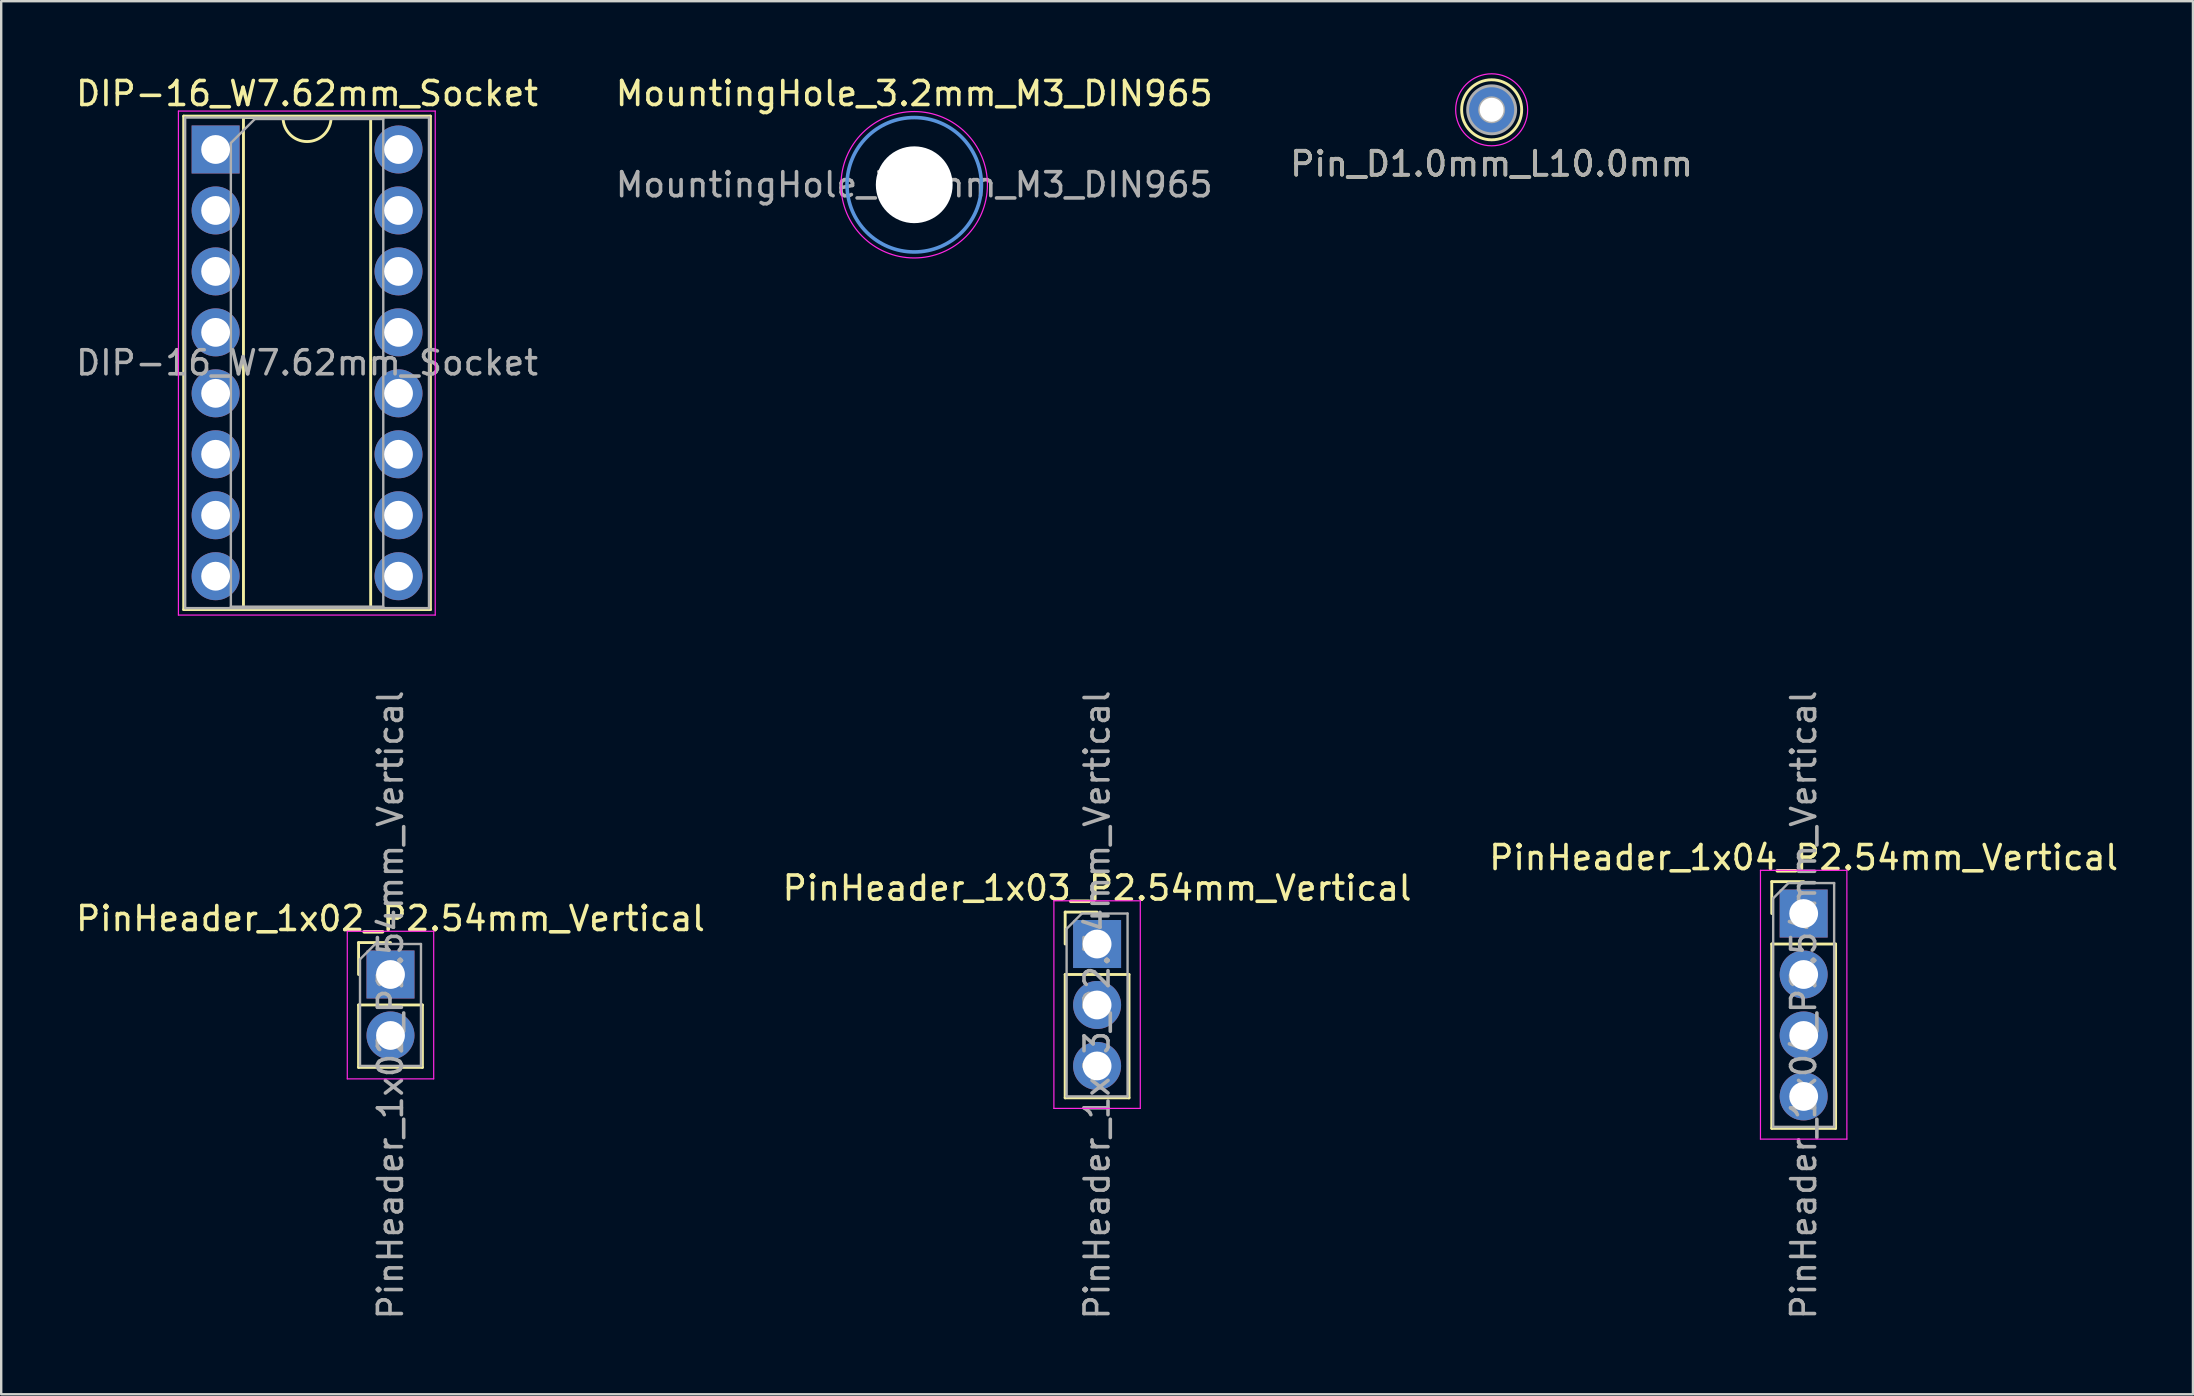
<source format=kicad_pcb>
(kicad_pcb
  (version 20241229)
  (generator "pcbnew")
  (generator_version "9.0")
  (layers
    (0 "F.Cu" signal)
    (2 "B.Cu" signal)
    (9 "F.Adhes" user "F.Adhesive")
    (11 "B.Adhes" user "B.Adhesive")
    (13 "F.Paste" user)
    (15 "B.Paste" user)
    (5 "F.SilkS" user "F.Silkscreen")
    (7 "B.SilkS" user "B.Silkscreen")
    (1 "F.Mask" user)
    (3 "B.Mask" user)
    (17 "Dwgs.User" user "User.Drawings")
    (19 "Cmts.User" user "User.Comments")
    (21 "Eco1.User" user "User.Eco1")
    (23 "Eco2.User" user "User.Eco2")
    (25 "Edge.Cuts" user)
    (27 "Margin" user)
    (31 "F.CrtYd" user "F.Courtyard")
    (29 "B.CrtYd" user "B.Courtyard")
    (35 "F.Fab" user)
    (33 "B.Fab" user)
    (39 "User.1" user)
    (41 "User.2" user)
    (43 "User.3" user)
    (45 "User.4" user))
  (footprint "PinHeader_1x03_P2.54mm_Vertical"
    (layer "F.Cu")
    (at 42.661 36.283)
    (property "Reference" "PinHeader_1x03_P2.54mm_Vertical" (at 0 -2.33 0) (layer "F.SilkS") (effects (font (size 1 1) (thickness 0.15))))
    (attr through_hole)
    (fp_line (start -1.33 -1.33) (end 0 -1.33) (stroke (width 0.12) (type solid)) (layer "F.SilkS"))
    (fp_line (start -1.33 0) (end -1.33 -1.33) (stroke (width 0.12) (type solid)) (layer "F.SilkS"))
    (fp_line (start -1.33 1.27) (end -1.33 6.41) (stroke (width 0.12) (type solid)) (layer "F.SilkS"))
    (fp_line (start -1.33 1.27) (end 1.33 1.27) (stroke (width 0.12) (type solid)) (layer "F.SilkS"))
    (fp_line (start -1.33 6.41) (end 1.33 6.41) (stroke (width 0.12) (type solid)) (layer "F.SilkS"))
    (fp_line (start 1.33 1.27) (end 1.33 6.41) (stroke (width 0.12) (type solid)) (layer "F.SilkS"))
    (fp_line (start -1.8 -1.8) (end -1.8 6.85) (stroke (width 0.05) (type solid)) (layer "F.CrtYd"))
    (fp_line (start -1.8 6.85) (end 1.8 6.85) (stroke (width 0.05) (type solid)) (layer "F.CrtYd"))
    (fp_line (start 1.8 -1.8) (end -1.8 -1.8) (stroke (width 0.05) (type solid)) (layer "F.CrtYd"))
    (fp_line (start 1.8 6.85) (end 1.8 -1.8) (stroke (width 0.05) (type solid)) (layer "F.CrtYd"))
    (fp_line (start -1.27 -0.635) (end -0.635 -1.27) (stroke (width 0.1) (type solid)) (layer "F.Fab"))
    (fp_line (start -1.27 6.35) (end -1.27 -0.635) (stroke (width 0.1) (type solid)) (layer "F.Fab"))
    (fp_line (start -0.635 -1.27) (end 1.27 -1.27) (stroke (width 0.1) (type solid)) (layer "F.Fab"))
    (fp_line (start 1.27 -1.27) (end 1.27 6.35) (stroke (width 0.1) (type solid)) (layer "F.Fab"))
    (fp_line (start 1.27 6.35) (end -1.27 6.35) (stroke (width 0.1) (type solid)) (layer "F.Fab"))
    (fp_text user "${REFERENCE}" (at 0 2.54 90) (layer "F.Fab") (effects (font (size 1 1) (thickness 0.15))))
    (pad "1" thru_hole rect (at 0 0) (size 2 2) (drill 1.2) (layers "*.Cu" "*.Mask"))
    (pad "2" thru_hole oval (at 0 2.54) (size 2 2) (drill 1.2) (layers "*.Cu" "*.Mask"))
    (pad "3" thru_hole oval (at 0 5.08) (size 2 2) (drill 1.2) (layers "*.Cu" "*.Mask")))
  (footprint "PinHeader_1x04_P2.54mm_Vertical"
    (layer "F.Cu")
    (at 72.101 35.013)
    (property "Reference" "PinHeader_1x04_P2.54mm_Vertical" (at 0 -2.33 0) (layer "F.SilkS") (effects (font (size 1 1) (thickness 0.15))))
    (attr through_hole)
    (fp_line (start -1.33 -1.33) (end 0 -1.33) (stroke (width 0.12) (type solid)) (layer "F.SilkS"))
    (fp_line (start -1.33 0) (end -1.33 -1.33) (stroke (width 0.12) (type solid)) (layer "F.SilkS"))
    (fp_line (start -1.33 1.27) (end -1.33 8.95) (stroke (width 0.12) (type solid)) (layer "F.SilkS"))
    (fp_line (start -1.33 1.27) (end 1.33 1.27) (stroke (width 0.12) (type solid)) (layer "F.SilkS"))
    (fp_line (start -1.33 8.95) (end 1.33 8.95) (stroke (width 0.12) (type solid)) (layer "F.SilkS"))
    (fp_line (start 1.33 1.27) (end 1.33 8.95) (stroke (width 0.12) (type solid)) (layer "F.SilkS"))
    (fp_line (start -1.8 -1.8) (end -1.8 9.4) (stroke (width 0.05) (type solid)) (layer "F.CrtYd"))
    (fp_line (start -1.8 9.4) (end 1.8 9.4) (stroke (width 0.05) (type solid)) (layer "F.CrtYd"))
    (fp_line (start 1.8 -1.8) (end -1.8 -1.8) (stroke (width 0.05) (type solid)) (layer "F.CrtYd"))
    (fp_line (start 1.8 9.4) (end 1.8 -1.8) (stroke (width 0.05) (type solid)) (layer "F.CrtYd"))
    (fp_line (start -1.27 -0.635) (end -0.635 -1.27) (stroke (width 0.1) (type solid)) (layer "F.Fab"))
    (fp_line (start -1.27 8.89) (end -1.27 -0.635) (stroke (width 0.1) (type solid)) (layer "F.Fab"))
    (fp_line (start -0.635 -1.27) (end 1.27 -1.27) (stroke (width 0.1) (type solid)) (layer "F.Fab"))
    (fp_line (start 1.27 -1.27) (end 1.27 8.89) (stroke (width 0.1) (type solid)) (layer "F.Fab"))
    (fp_line (start 1.27 8.89) (end -1.27 8.89) (stroke (width 0.1) (type solid)) (layer "F.Fab"))
    (fp_text user "${REFERENCE}" (at 0 3.81 90) (layer "F.Fab") (effects (font (size 1 1) (thickness 0.15))))
    (pad "1" thru_hole rect (at 0 0) (size 2 2) (drill 1.2) (layers "*.Cu" "*.Mask"))
    (pad "2" thru_hole oval (at 0 2.54) (size 2 2) (drill 1.2) (layers "*.Cu" "*.Mask"))
    (pad "3" thru_hole oval (at 0 5.08) (size 2 2) (drill 1.2) (layers "*.Cu" "*.Mask"))
    (pad "4" thru_hole oval (at 0 7.62) (size 2 2) (drill 1.2) (layers "*.Cu" "*.Mask")))
  (footprint "DIP-16_W7.62mm_Socket"
    (layer "F.Cu")
    (at 5.934 3.178)
    (property "Reference" "DIP-16_W7.62mm_Socket" (at 3.81 -2.33 0) (layer "F.SilkS") (effects (font (size 1 1) (thickness 0.15))))
    (attr through_hole)
    (fp_line (start -1.33 -1.39) (end -1.33 19.17) (stroke (width 0.12) (type solid)) (layer "F.SilkS"))
    (fp_line (start -1.33 19.17) (end 8.95 19.17) (stroke (width 0.12) (type solid)) (layer "F.SilkS"))
    (fp_line (start 1.16 -1.33) (end 1.16 19.11) (stroke (width 0.12) (type solid)) (layer "F.SilkS"))
    (fp_line (start 1.16 19.11) (end 6.46 19.11) (stroke (width 0.12) (type solid)) (layer "F.SilkS"))
    (fp_line (start 2.81 -1.33) (end 1.16 -1.33) (stroke (width 0.12) (type solid)) (layer "F.SilkS"))
    (fp_line (start 6.46 -1.33) (end 4.81 -1.33) (stroke (width 0.12) (type solid)) (layer "F.SilkS"))
    (fp_line (start 6.46 19.11) (end 6.46 -1.33) (stroke (width 0.12) (type solid)) (layer "F.SilkS"))
    (fp_line (start 8.95 -1.39) (end -1.33 -1.39) (stroke (width 0.12) (type solid)) (layer "F.SilkS"))
    (fp_line (start 8.95 19.17) (end 8.95 -1.39) (stroke (width 0.12) (type solid)) (layer "F.SilkS"))
    (fp_arc (start 4.81 -1.33) (mid 3.81 -0.33) (end 2.81 -1.33) (stroke (width 0.12) (type solid)) (layer "F.SilkS"))
    (fp_line (start -1.55 -1.6) (end -1.55 19.4) (stroke (width 0.05) (type solid)) (layer "F.CrtYd"))
    (fp_line (start -1.55 19.4) (end 9.15 19.4) (stroke (width 0.05) (type solid)) (layer "F.CrtYd"))
    (fp_line (start 9.15 -1.6) (end -1.55 -1.6) (stroke (width 0.05) (type solid)) (layer "F.CrtYd"))
    (fp_line (start 9.15 19.4) (end 9.15 -1.6) (stroke (width 0.05) (type solid)) (layer "F.CrtYd"))
    (fp_line (start -1.27 -1.33) (end -1.27 19.11) (stroke (width 0.1) (type solid)) (layer "F.Fab"))
    (fp_line (start -1.27 19.11) (end 8.89 19.11) (stroke (width 0.1) (type solid)) (layer "F.Fab"))
    (fp_line (start 0.635 -0.27) (end 1.635 -1.27) (stroke (width 0.1) (type solid)) (layer "F.Fab"))
    (fp_line (start 0.635 19.05) (end 0.635 -0.27) (stroke (width 0.1) (type solid)) (layer "F.Fab"))
    (fp_line (start 1.635 -1.27) (end 6.985 -1.27) (stroke (width 0.1) (type solid)) (layer "F.Fab"))
    (fp_line (start 6.985 -1.27) (end 6.985 19.05) (stroke (width 0.1) (type solid)) (layer "F.Fab"))
    (fp_line (start 6.985 19.05) (end 0.635 19.05) (stroke (width 0.1) (type solid)) (layer "F.Fab"))
    (fp_line (start 8.89 -1.33) (end -1.27 -1.33) (stroke (width 0.1) (type solid)) (layer "F.Fab"))
    (fp_line (start 8.89 19.11) (end 8.89 -1.33) (stroke (width 0.1) (type solid)) (layer "F.Fab"))
    (fp_text user "${REFERENCE}" (at 3.81 8.89 0) (layer "F.Fab") (effects (font (size 1 1) (thickness 0.15))))
    (pad "1" thru_hole rect (at 0 0) (size 2 2) (drill 1.2) (layers "*.Cu" "*.Mask"))
    (pad "2" thru_hole oval (at 0 2.54) (size 2 2) (drill 1.2) (layers "*.Cu" "*.Mask"))
    (pad "3" thru_hole oval (at 0 5.08) (size 2 2) (drill 1.2) (layers "*.Cu" "*.Mask"))
    (pad "4" thru_hole oval (at 0 7.62) (size 2 2) (drill 1.2) (layers "*.Cu" "*.Mask"))
    (pad "5" thru_hole oval (at 0 10.16) (size 2 2) (drill 1.2) (layers "*.Cu" "*.Mask"))
    (pad "6" thru_hole oval (at 0 12.7) (size 2 2) (drill 1.2) (layers "*.Cu" "*.Mask"))
    (pad "7" thru_hole oval (at 0 15.24) (size 2 2) (drill 1.2) (layers "*.Cu" "*.Mask"))
    (pad "8" thru_hole oval (at 0 17.78) (size 2 2) (drill 1.2) (layers "*.Cu" "*.Mask"))
    (pad "9" thru_hole oval (at 7.62 17.78) (size 2 2) (drill 1.2) (layers "*.Cu" "*.Mask"))
    (pad "10" thru_hole oval (at 7.62 15.24) (size 2 2) (drill 1.2) (layers "*.Cu" "*.Mask"))
    (pad "11" thru_hole oval (at 7.62 12.7) (size 2 2) (drill 1.2) (layers "*.Cu" "*.Mask"))
    (pad "12" thru_hole oval (at 7.62 10.16) (size 2 2) (drill 1.2) (layers "*.Cu" "*.Mask"))
    (pad "13" thru_hole oval (at 7.62 7.62) (size 2 2) (drill 1.2) (layers "*.Cu" "*.Mask"))
    (pad "14" thru_hole oval (at 7.62 5.08) (size 2 2) (drill 1.2) (layers "*.Cu" "*.Mask"))
    (pad "15" thru_hole oval (at 7.62 2.54) (size 2 2) (drill 1.2) (layers "*.Cu" "*.Mask"))
    (pad "16" thru_hole oval (at 7.62 0) (size 2 2) (drill 1.2) (layers "*.Cu" "*.Mask")))
  (footprint "PinHeader_1x02_P2.54mm_Vertical"
    (layer "F.Cu")
    (at 13.22 37.553)
    (property "Reference" "PinHeader_1x02_P2.54mm_Vertical" (at 0 -2.33 0) (layer "F.SilkS") (effects (font (size 1 1) (thickness 0.15))))
    (attr through_hole)
    (fp_line (start -1.33 -1.33) (end 0 -1.33) (stroke (width 0.12) (type solid)) (layer "F.SilkS"))
    (fp_line (start -1.33 0) (end -1.33 -1.33) (stroke (width 0.12) (type solid)) (layer "F.SilkS"))
    (fp_line (start -1.33 1.27) (end -1.33 3.87) (stroke (width 0.12) (type solid)) (layer "F.SilkS"))
    (fp_line (start -1.33 1.27) (end 1.33 1.27) (stroke (width 0.12) (type solid)) (layer "F.SilkS"))
    (fp_line (start -1.33 3.87) (end 1.33 3.87) (stroke (width 0.12) (type solid)) (layer "F.SilkS"))
    (fp_line (start 1.33 1.27) (end 1.33 3.87) (stroke (width 0.12) (type solid)) (layer "F.SilkS"))
    (fp_line (start -1.8 -1.8) (end -1.8 4.35) (stroke (width 0.05) (type solid)) (layer "F.CrtYd"))
    (fp_line (start -1.8 4.35) (end 1.8 4.35) (stroke (width 0.05) (type solid)) (layer "F.CrtYd"))
    (fp_line (start 1.8 -1.8) (end -1.8 -1.8) (stroke (width 0.05) (type solid)) (layer "F.CrtYd"))
    (fp_line (start 1.8 4.35) (end 1.8 -1.8) (stroke (width 0.05) (type solid)) (layer "F.CrtYd"))
    (fp_line (start -1.27 -0.635) (end -0.635 -1.27) (stroke (width 0.1) (type solid)) (layer "F.Fab"))
    (fp_line (start -1.27 3.81) (end -1.27 -0.635) (stroke (width 0.1) (type solid)) (layer "F.Fab"))
    (fp_line (start -0.635 -1.27) (end 1.27 -1.27) (stroke (width 0.1) (type solid)) (layer "F.Fab"))
    (fp_line (start 1.27 -1.27) (end 1.27 3.81) (stroke (width 0.1) (type solid)) (layer "F.Fab"))
    (fp_line (start 1.27 3.81) (end -1.27 3.81) (stroke (width 0.1) (type solid)) (layer "F.Fab"))
    (fp_text user "${REFERENCE}" (at 0 1.27 90) (layer "F.Fab") (effects (font (size 1 1) (thickness 0.15))))
    (pad "1" thru_hole rect (at 0 0) (size 2 2) (drill 1.2) (layers "*.Cu" "*.Mask"))
    (pad "2" thru_hole oval (at 0 2.54) (size 2 2) (drill 1.2) (layers "*.Cu" "*.Mask")))
  (footprint "Pin_D1.0mm_L10.0mm"
    (layer "F.Cu")
    (at 59.101 1.525)
    (property "Reference" "Pin_D1.0mm_L10.0mm" (at 0 2.25 0) (layer "F.SilkS") (effects (font (size 1 1) (thickness 0.15))))
    (attr through_hole)
    (fp_circle (center 0 0) (end 1.25 0.05) (stroke (width 0.12) (type solid)) (fill no) (layer "F.SilkS"))
    (fp_circle (center 0 0) (end 1.5 0) (stroke (width 0.05) (type solid)) (fill no) (layer "F.CrtYd"))
    (fp_circle (center 0 0) (end 0.5 0) (stroke (width 0.12) (type solid)) (fill no) (layer "F.Fab"))
    (fp_circle (center 0 0) (end 1 0) (stroke (width 0.12) (type solid)) (fill no) (layer "F.Fab"))
    (fp_text user "${REFERENCE}" (at 0 2.25 0) (layer "F.Fab") (effects (font (size 1 1) (thickness 0.15))))
    (pad "1" thru_hole circle (at 0 0) (size 2 2) (drill 1) (layers "*.Cu" "*.Mask")))
  (footprint "MountingHole_3.2mm_M3_DIN965"
    (layer "F.Cu")
    (at 35.042 4.648)
    (property "Reference" "MountingHole_3.2mm_M3_DIN965" (at 0 -3.8 0) (layer "F.SilkS") (effects (font (size 1 1) (thickness 0.15))))
    (attr exclude_from_pos_files exclude_from_bom)
    (fp_circle (center 0 0) (end 2.8 0) (stroke (width 0.15) (type solid)) (fill no) (layer "Cmts.User"))
    (fp_circle (center 0 0) (end 3.05 0) (stroke (width 0.05) (type solid)) (fill no) (layer "F.CrtYd"))
    (fp_text user "${REFERENCE}" (at 0 0 0) (layer "F.Fab") (effects (font (size 1 1) (thickness 0.15))))
    (pad "" np_thru_hole circle (at 0 0) (size 3.2 3.2) (drill 3.2) (layers "*.Cu" "*.Mask")))
  (gr_rect
    (start -3 -3)
    (end 88.321 55.044)
    (stroke (width 0.1) (type default))
    (fill no)
    (layer "Edge.Cuts")))
</source>
